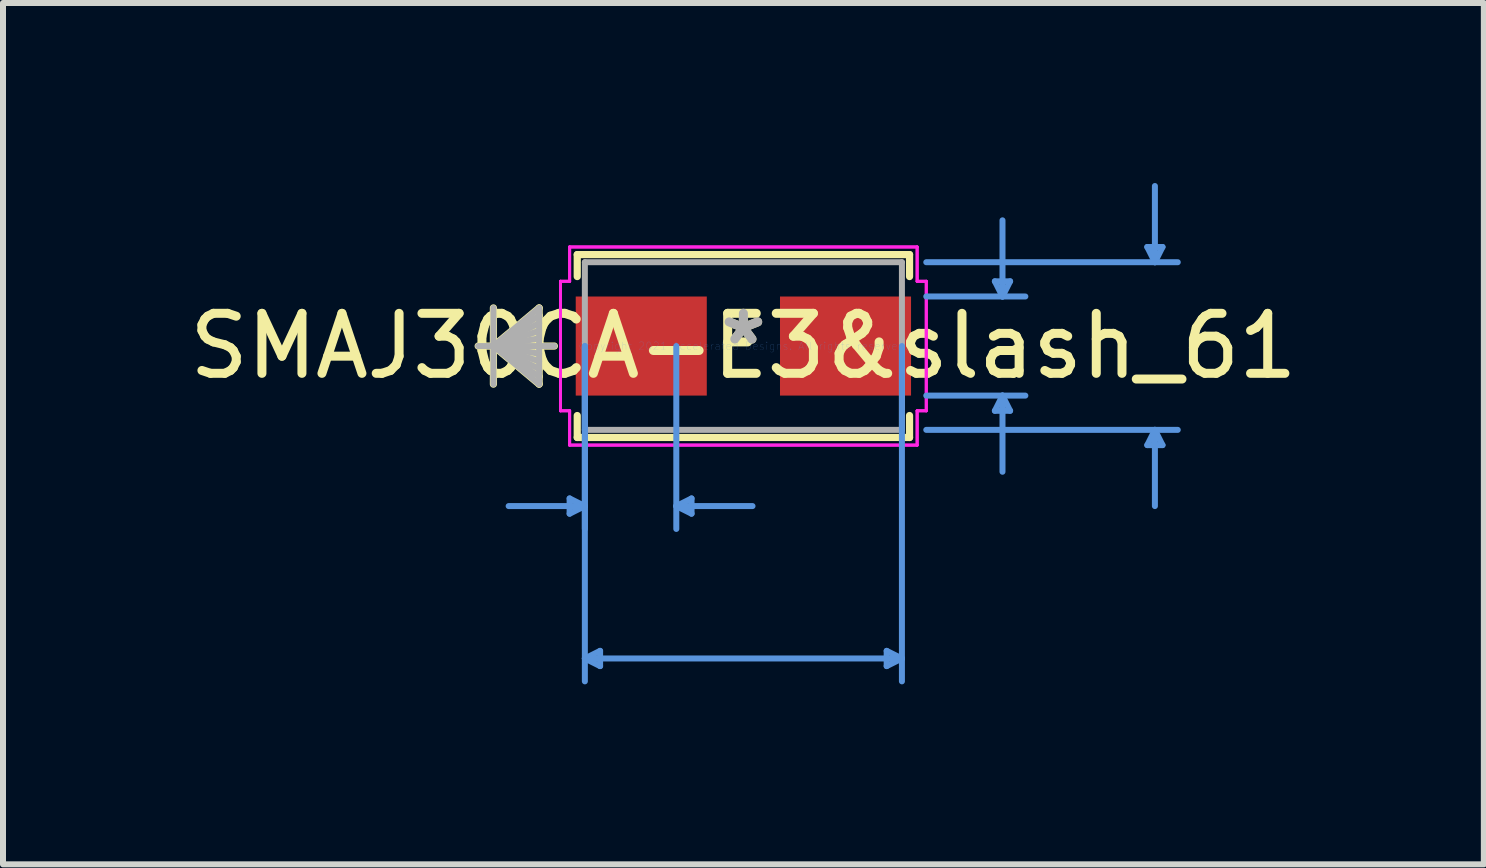
<source format=kicad_pcb>
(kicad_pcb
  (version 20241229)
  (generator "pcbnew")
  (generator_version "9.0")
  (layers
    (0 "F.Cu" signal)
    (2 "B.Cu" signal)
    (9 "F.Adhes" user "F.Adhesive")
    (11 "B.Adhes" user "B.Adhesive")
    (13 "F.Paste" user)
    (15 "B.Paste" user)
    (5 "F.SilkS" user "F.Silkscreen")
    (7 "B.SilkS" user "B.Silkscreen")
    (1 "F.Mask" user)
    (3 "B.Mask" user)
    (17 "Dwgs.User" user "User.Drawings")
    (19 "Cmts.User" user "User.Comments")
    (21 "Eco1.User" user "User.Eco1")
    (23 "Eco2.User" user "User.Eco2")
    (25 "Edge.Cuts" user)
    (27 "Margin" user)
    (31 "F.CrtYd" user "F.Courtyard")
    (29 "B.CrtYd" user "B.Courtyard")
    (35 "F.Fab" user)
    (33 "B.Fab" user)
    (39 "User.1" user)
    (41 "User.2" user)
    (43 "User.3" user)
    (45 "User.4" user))
  (footprint "SMAJ30CA-E3&slash_61"
    (layer "F.Cu")
    (at 9.339 2.717)
    (property "Reference" "SMAJ30CA-E3&slash_61" (at 0 0 0) (layer "F.SilkS") (effects (font (size 1 1) (thickness 0.15))))
    (attr through_hole)
    (fp_line (start -4.166 -0.635) (end -4.166 0.635) (stroke (width 0.12) (type solid)) (layer "F.SilkS"))
    (fp_line (start -4.166 0) (end -3.404 -0.635) (stroke (width 0.12) (type solid)) (layer "F.SilkS"))
    (fp_line (start -4.166 0) (end -3.404 -0.508) (stroke (width 0.12) (type solid)) (layer "F.SilkS"))
    (fp_line (start -4.166 0) (end -3.404 -0.381) (stroke (width 0.12) (type solid)) (layer "F.SilkS"))
    (fp_line (start -4.166 0) (end -3.404 -0.254) (stroke (width 0.12) (type solid)) (layer "F.SilkS"))
    (fp_line (start -4.166 0) (end -3.404 -0.127) (stroke (width 0.12) (type solid)) (layer "F.SilkS"))
    (fp_line (start -4.166 0) (end -3.404 0.127) (stroke (width 0.12) (type solid)) (layer "F.SilkS"))
    (fp_line (start -4.166 0) (end -3.404 0.254) (stroke (width 0.12) (type solid)) (layer "F.SilkS"))
    (fp_line (start -4.166 0) (end -3.404 0.381) (stroke (width 0.12) (type solid)) (layer "F.SilkS"))
    (fp_line (start -4.166 0) (end -3.404 0.508) (stroke (width 0.12) (type solid)) (layer "F.SilkS"))
    (fp_line (start -4.166 0) (end -3.404 0.635) (stroke (width 0.12) (type solid)) (layer "F.SilkS"))
    (fp_line (start -3.404 -0.635) (end -3.404 0.635) (stroke (width 0.12) (type solid)) (layer "F.SilkS"))
    (fp_line (start -3.15 0) (end -4.42 0) (stroke (width 0.12) (type solid)) (layer "F.SilkS"))
    (fp_line (start -2.769 -1.524) (end -2.769 -1.158) (stroke (width 0.12) (type solid)) (layer "F.SilkS"))
    (fp_line (start -2.769 1.158) (end -2.769 1.524) (stroke (width 0.12) (type solid)) (layer "F.SilkS"))
    (fp_line (start -2.769 1.524) (end 2.769 1.524) (stroke (width 0.12) (type solid)) (layer "F.SilkS"))
    (fp_line (start 2.769 -1.524) (end -2.769 -1.524) (stroke (width 0.12) (type solid)) (layer "F.SilkS"))
    (fp_line (start 2.769 -1.158) (end 2.769 -1.524) (stroke (width 0.12) (type solid)) (layer "F.SilkS"))
    (fp_line (start 2.769 1.524) (end 2.769 1.158) (stroke (width 0.12) (type solid)) (layer "F.SilkS"))
    (fp_line (start -2.896 2.54) (end -2.896 2.794) (stroke (width 0.1) (type solid)) (layer "Cmts.User"))
    (fp_line (start -2.642 0) (end -2.642 3.048) (stroke (width 0.1) (type solid)) (layer "Cmts.User"))
    (fp_line (start -2.642 0) (end -2.642 5.588) (stroke (width 0.1) (type solid)) (layer "Cmts.User"))
    (fp_line (start -2.642 2.667) (end -3.912 2.667) (stroke (width 0.1) (type solid)) (layer "Cmts.User"))
    (fp_line (start -2.642 2.667) (end -2.896 2.54) (stroke (width 0.1) (type solid)) (layer "Cmts.User"))
    (fp_line (start -2.642 2.667) (end -2.896 2.794) (stroke (width 0.1) (type solid)) (layer "Cmts.User"))
    (fp_line (start -2.642 5.207) (end -2.388 5.08) (stroke (width 0.1) (type solid)) (layer "Cmts.User"))
    (fp_line (start -2.642 5.207) (end -2.388 5.334) (stroke (width 0.1) (type solid)) (layer "Cmts.User"))
    (fp_line (start -2.642 5.207) (end 2.642 5.207) (stroke (width 0.1) (type solid)) (layer "Cmts.User"))
    (fp_line (start -2.388 5.08) (end -2.388 5.334) (stroke (width 0.1) (type solid)) (layer "Cmts.User"))
    (fp_line (start -1.118 0) (end -1.118 3.048) (stroke (width 0.1) (type solid)) (layer "Cmts.User"))
    (fp_line (start -1.118 2.667) (end -0.864 2.54) (stroke (width 0.1) (type solid)) (layer "Cmts.User"))
    (fp_line (start -1.118 2.667) (end -0.864 2.794) (stroke (width 0.1) (type solid)) (layer "Cmts.User"))
    (fp_line (start -1.118 2.667) (end 0.152 2.667) (stroke (width 0.1) (type solid)) (layer "Cmts.User"))
    (fp_line (start -0.864 2.54) (end -0.864 2.794) (stroke (width 0.1) (type solid)) (layer "Cmts.User"))
    (fp_line (start 2.388 5.08) (end 2.388 5.334) (stroke (width 0.1) (type solid)) (layer "Cmts.User"))
    (fp_line (start 2.642 0) (end 2.642 5.588) (stroke (width 0.1) (type solid)) (layer "Cmts.User"))
    (fp_line (start 2.642 5.207) (end 2.388 5.08) (stroke (width 0.1) (type solid)) (layer "Cmts.User"))
    (fp_line (start 2.642 5.207) (end 2.388 5.334) (stroke (width 0.1) (type solid)) (layer "Cmts.User"))
    (fp_line (start 3.048 -1.397) (end 7.239 -1.397) (stroke (width 0.1) (type solid)) (layer "Cmts.User"))
    (fp_line (start 3.048 -0.826) (end 4.699 -0.826) (stroke (width 0.1) (type solid)) (layer "Cmts.User"))
    (fp_line (start 3.048 0.826) (end 4.699 0.826) (stroke (width 0.1) (type solid)) (layer "Cmts.User"))
    (fp_line (start 3.048 1.397) (end 7.239 1.397) (stroke (width 0.1) (type solid)) (layer "Cmts.User"))
    (fp_line (start 4.191 -1.079) (end 4.445 -1.079) (stroke (width 0.1) (type solid)) (layer "Cmts.User"))
    (fp_line (start 4.191 1.079) (end 4.445 1.079) (stroke (width 0.1) (type solid)) (layer "Cmts.User"))
    (fp_line (start 4.318 -0.826) (end 4.191 -1.079) (stroke (width 0.1) (type solid)) (layer "Cmts.User"))
    (fp_line (start 4.318 -0.826) (end 4.318 -2.095) (stroke (width 0.1) (type solid)) (layer "Cmts.User"))
    (fp_line (start 4.318 -0.826) (end 4.445 -1.079) (stroke (width 0.1) (type solid)) (layer "Cmts.User"))
    (fp_line (start 4.318 0.826) (end 4.191 1.079) (stroke (width 0.1) (type solid)) (layer "Cmts.User"))
    (fp_line (start 4.318 0.826) (end 4.318 2.095) (stroke (width 0.1) (type solid)) (layer "Cmts.User"))
    (fp_line (start 4.318 0.826) (end 4.445 1.079) (stroke (width 0.1) (type solid)) (layer "Cmts.User"))
    (fp_line (start 6.731 -1.651) (end 6.985 -1.651) (stroke (width 0.1) (type solid)) (layer "Cmts.User"))
    (fp_line (start 6.731 1.651) (end 6.985 1.651) (stroke (width 0.1) (type solid)) (layer "Cmts.User"))
    (fp_line (start 6.858 -1.397) (end 6.731 -1.651) (stroke (width 0.1) (type solid)) (layer "Cmts.User"))
    (fp_line (start 6.858 -1.397) (end 6.858 -2.667) (stroke (width 0.1) (type solid)) (layer "Cmts.User"))
    (fp_line (start 6.858 -1.397) (end 6.985 -1.651) (stroke (width 0.1) (type solid)) (layer "Cmts.User"))
    (fp_line (start 6.858 1.397) (end 6.731 1.651) (stroke (width 0.1) (type solid)) (layer "Cmts.User"))
    (fp_line (start 6.858 1.397) (end 6.858 2.667) (stroke (width 0.1) (type solid)) (layer "Cmts.User"))
    (fp_line (start 6.858 1.397) (end 6.985 1.651) (stroke (width 0.1) (type solid)) (layer "Cmts.User"))
    (fp_line (start -3.048 -1.079) (end -2.896 -1.079) (stroke (width 0.05) (type solid)) (layer "F.CrtYd"))
    (fp_line (start -3.048 -1.079) (end -2.896 -1.079) (stroke (width 0.05) (type solid)) (layer "F.CrtYd"))
    (fp_line (start -3.048 1.079) (end -3.048 -1.079) (stroke (width 0.05) (type solid)) (layer "F.CrtYd"))
    (fp_line (start -3.048 1.079) (end -3.048 -1.079) (stroke (width 0.05) (type solid)) (layer "F.CrtYd"))
    (fp_line (start -2.896 -1.651) (end 2.896 -1.651) (stroke (width 0.05) (type solid)) (layer "F.CrtYd"))
    (fp_line (start -2.896 -1.651) (end 2.896 -1.651) (stroke (width 0.05) (type solid)) (layer "F.CrtYd"))
    (fp_line (start -2.896 -1.079) (end -2.896 -1.651) (stroke (width 0.05) (type solid)) (layer "F.CrtYd"))
    (fp_line (start -2.896 -1.079) (end -2.896 -1.651) (stroke (width 0.05) (type solid)) (layer "F.CrtYd"))
    (fp_line (start -2.896 1.079) (end -3.048 1.079) (stroke (width 0.05) (type solid)) (layer "F.CrtYd"))
    (fp_line (start -2.896 1.079) (end -3.048 1.079) (stroke (width 0.05) (type solid)) (layer "F.CrtYd"))
    (fp_line (start -2.896 1.651) (end -2.896 1.079) (stroke (width 0.05) (type solid)) (layer "F.CrtYd"))
    (fp_line (start -2.896 1.651) (end -2.896 1.079) (stroke (width 0.05) (type solid)) (layer "F.CrtYd"))
    (fp_line (start 2.896 -1.651) (end 2.896 -1.079) (stroke (width 0.05) (type solid)) (layer "F.CrtYd"))
    (fp_line (start 2.896 -1.651) (end 2.896 -1.079) (stroke (width 0.05) (type solid)) (layer "F.CrtYd"))
    (fp_line (start 2.896 -1.079) (end 3.048 -1.079) (stroke (width 0.05) (type solid)) (layer "F.CrtYd"))
    (fp_line (start 2.896 -1.079) (end 3.048 -1.079) (stroke (width 0.05) (type solid)) (layer "F.CrtYd"))
    (fp_line (start 2.896 1.079) (end 2.896 1.651) (stroke (width 0.05) (type solid)) (layer "F.CrtYd"))
    (fp_line (start 2.896 1.079) (end 2.896 1.651) (stroke (width 0.05) (type solid)) (layer "F.CrtYd"))
    (fp_line (start 2.896 1.651) (end -2.896 1.651) (stroke (width 0.05) (type solid)) (layer "F.CrtYd"))
    (fp_line (start 2.896 1.651) (end -2.896 1.651) (stroke (width 0.05) (type solid)) (layer "F.CrtYd"))
    (fp_line (start 3.048 -1.079) (end 3.048 1.079) (stroke (width 0.05) (type solid)) (layer "F.CrtYd"))
    (fp_line (start 3.048 -1.079) (end 3.048 1.079) (stroke (width 0.05) (type solid)) (layer "F.CrtYd"))
    (fp_line (start 3.048 1.079) (end 2.896 1.079) (stroke (width 0.05) (type solid)) (layer "F.CrtYd"))
    (fp_line (start 3.048 1.079) (end 2.896 1.079) (stroke (width 0.05) (type solid)) (layer "F.CrtYd"))
    (fp_line (start -4.166 -0.635) (end -4.166 0.635) (stroke (width 0.1) (type solid)) (layer "F.Fab"))
    (fp_line (start -4.166 0) (end -3.404 -0.635) (stroke (width 0.1) (type solid)) (layer "F.Fab"))
    (fp_line (start -4.166 0) (end -3.404 -0.508) (stroke (width 0.1) (type solid)) (layer "F.Fab"))
    (fp_line (start -4.166 0) (end -3.404 -0.381) (stroke (width 0.1) (type solid)) (layer "F.Fab"))
    (fp_line (start -4.166 0) (end -3.404 -0.254) (stroke (width 0.1) (type solid)) (layer "F.Fab"))
    (fp_line (start -4.166 0) (end -3.404 -0.127) (stroke (width 0.1) (type solid)) (layer "F.Fab"))
    (fp_line (start -4.166 0) (end -3.404 0.127) (stroke (width 0.1) (type solid)) (layer "F.Fab"))
    (fp_line (start -4.166 0) (end -3.404 0.254) (stroke (width 0.1) (type solid)) (layer "F.Fab"))
    (fp_line (start -4.166 0) (end -3.404 0.381) (stroke (width 0.1) (type solid)) (layer "F.Fab"))
    (fp_line (start -4.166 0) (end -3.404 0.508) (stroke (width 0.1) (type solid)) (layer "F.Fab"))
    (fp_line (start -4.166 0) (end -3.404 0.635) (stroke (width 0.1) (type solid)) (layer "F.Fab"))
    (fp_line (start -3.404 -0.635) (end -3.404 0.635) (stroke (width 0.1) (type solid)) (layer "F.Fab"))
    (fp_line (start -3.15 0) (end -4.42 0) (stroke (width 0.1) (type solid)) (layer "F.Fab"))
    (fp_line (start -2.642 -1.397) (end -2.642 1.397) (stroke (width 0.1) (type solid)) (layer "F.Fab"))
    (fp_line (start -2.642 1.397) (end 2.642 1.397) (stroke (width 0.1) (type solid)) (layer "F.Fab"))
    (fp_line (start 2.642 -1.397) (end -2.642 -1.397) (stroke (width 0.1) (type solid)) (layer "F.Fab"))
    (fp_line (start 2.642 1.397) (end 2.642 -1.397) (stroke (width 0.1) (type solid)) (layer "F.Fab"))
    (fp_text user "*" (at 0 0 0) (layer "F.SilkS") (effects (font (size 1 1) (thickness 0.15))))
    (fp_text user "Copyright 2021 Accelerated Designs. All rights reserved." (at 0 0 0) (layer "Cmts.User") (effects (font (size 0.127 0.127) (thickness 0.002))))
    (fp_text user "*" (at 0 0 0) (layer "F.Fab") (effects (font (size 1 1) (thickness 0.15))))
    (pad "1" smd rect (at -1.702 0 90) (size 1.651 2.184) (layers "F.Cu" "F.Mask" "F.Paste"))
    (pad "2" smd rect (at 1.702 0 90) (size 1.651 2.184) (layers "F.Cu" "F.Mask" "F.Paste")))
  (gr_rect
    (start -3 -3)
    (end 21.679 11.355)
    (stroke (width 0.1) (type default))
    (fill no)
    (layer "Edge.Cuts")))
</source>
